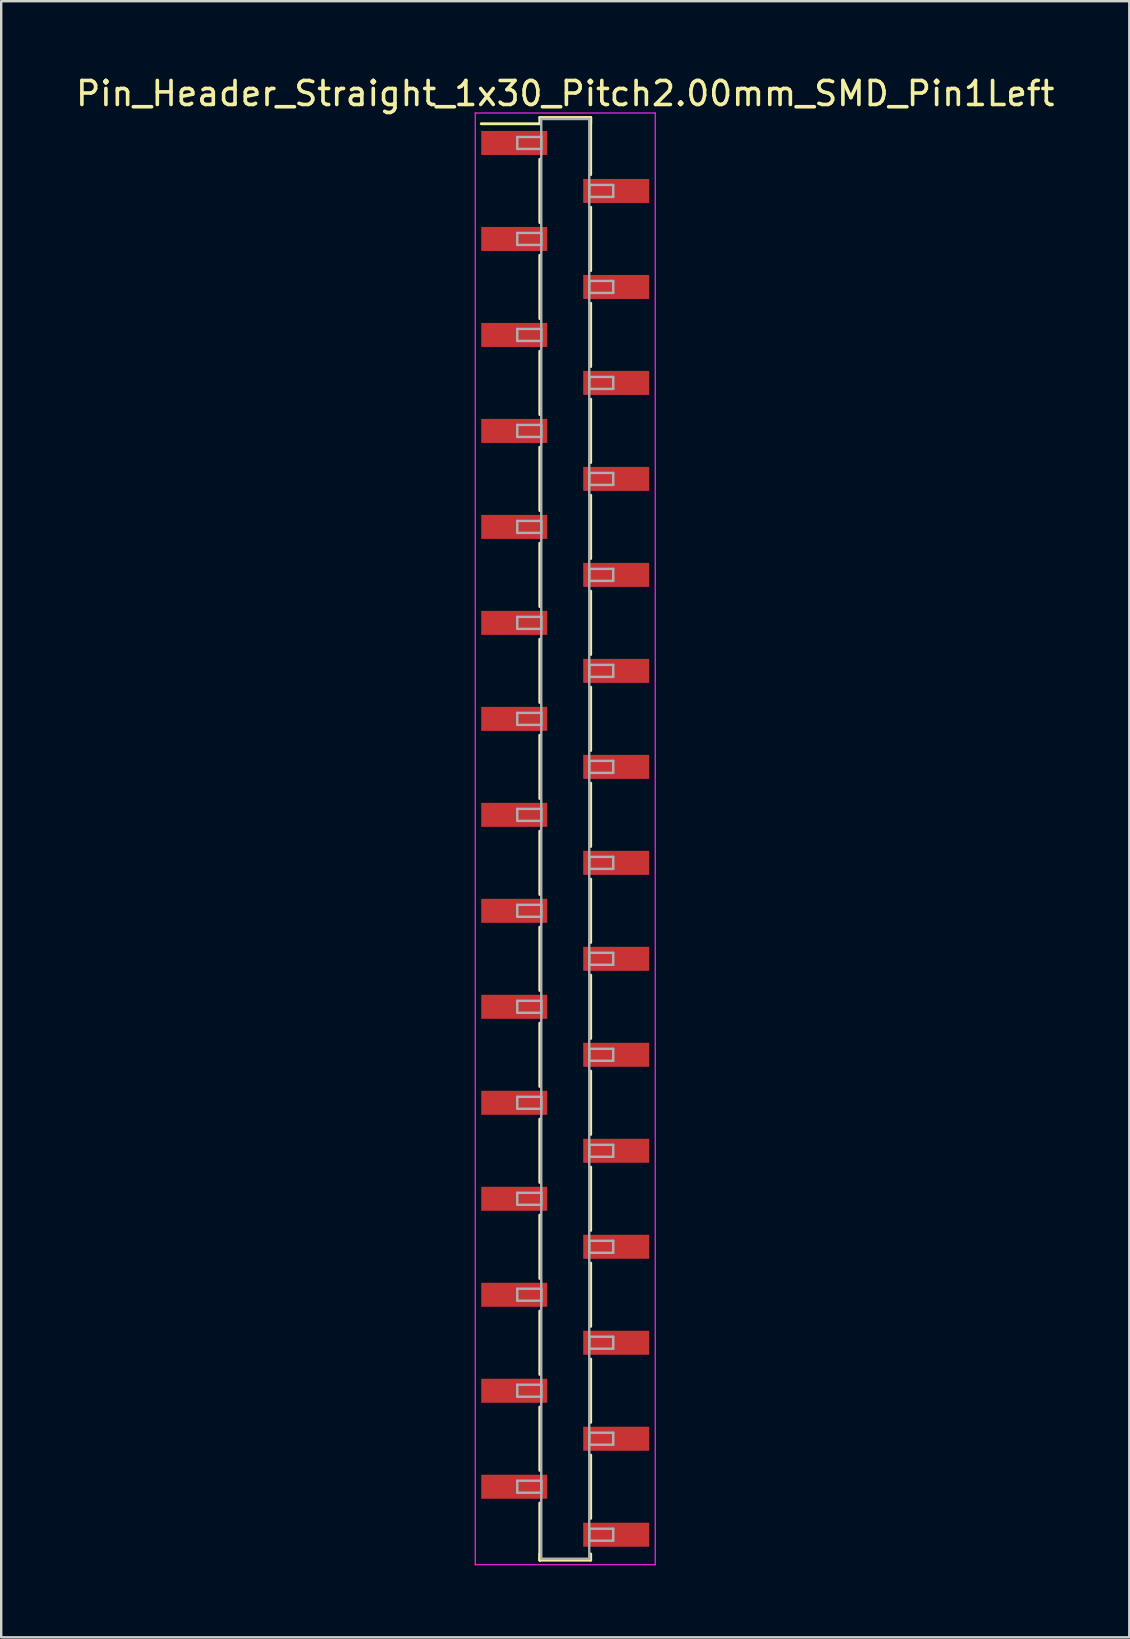
<source format=kicad_pcb>
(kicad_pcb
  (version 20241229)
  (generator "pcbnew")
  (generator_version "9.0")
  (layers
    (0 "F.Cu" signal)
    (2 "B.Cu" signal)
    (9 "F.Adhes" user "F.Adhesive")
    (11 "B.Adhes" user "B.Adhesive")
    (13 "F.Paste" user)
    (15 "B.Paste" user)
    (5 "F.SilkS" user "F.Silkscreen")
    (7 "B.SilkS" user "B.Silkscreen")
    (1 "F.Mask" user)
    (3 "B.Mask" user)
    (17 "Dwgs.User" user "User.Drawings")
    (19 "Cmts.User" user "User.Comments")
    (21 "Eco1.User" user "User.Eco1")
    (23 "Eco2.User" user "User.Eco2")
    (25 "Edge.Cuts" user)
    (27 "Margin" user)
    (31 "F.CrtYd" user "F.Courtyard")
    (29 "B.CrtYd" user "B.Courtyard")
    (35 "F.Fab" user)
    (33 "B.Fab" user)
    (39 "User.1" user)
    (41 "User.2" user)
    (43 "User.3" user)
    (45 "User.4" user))
  (footprint "Pin_Header_Straight_1x30_Pitch2.00mm_SMD_Pin1Left"
    (layer "F.Cu")
    (at 20.506 31.908)
    (property "Reference" "Pin_Header_Straight_1x30_Pitch2.00mm_SMD_Pin1Left" (at 0 -31.06 0) (layer "F.SilkS") (effects (font (size 1 1) (thickness 0.15))))
    (attr smd)
    (fp_line (start -1.06 -30.06) (end 1.06 -30.06) (stroke (width 0.12) (type solid)) (layer "F.SilkS"))
    (fp_line (start -1.06 -29.8) (end -3.5 -29.8) (stroke (width 0.12) (type solid)) (layer "F.SilkS"))
    (fp_line (start -1.06 -29.8) (end -1.06 -30.06) (stroke (width 0.12) (type solid)) (layer "F.SilkS"))
    (fp_line (start -1.06 -28.32) (end -1.06 -25.68) (stroke (width 0.12) (type solid)) (layer "F.SilkS"))
    (fp_line (start -1.06 -24.32) (end -1.06 -21.68) (stroke (width 0.12) (type solid)) (layer "F.SilkS"))
    (fp_line (start -1.06 -20.32) (end -1.06 -17.68) (stroke (width 0.12) (type solid)) (layer "F.SilkS"))
    (fp_line (start -1.06 -16.32) (end -1.06 -13.68) (stroke (width 0.12) (type solid)) (layer "F.SilkS"))
    (fp_line (start -1.06 -12.32) (end -1.06 -9.68) (stroke (width 0.12) (type solid)) (layer "F.SilkS"))
    (fp_line (start -1.06 -8.32) (end -1.06 -5.68) (stroke (width 0.12) (type solid)) (layer "F.SilkS"))
    (fp_line (start -1.06 -4.32) (end -1.06 -1.68) (stroke (width 0.12) (type solid)) (layer "F.SilkS"))
    (fp_line (start -1.06 -0.32) (end -1.06 2.32) (stroke (width 0.12) (type solid)) (layer "F.SilkS"))
    (fp_line (start -1.06 3.68) (end -1.06 6.32) (stroke (width 0.12) (type solid)) (layer "F.SilkS"))
    (fp_line (start -1.06 7.68) (end -1.06 10.32) (stroke (width 0.12) (type solid)) (layer "F.SilkS"))
    (fp_line (start -1.06 11.68) (end -1.06 14.32) (stroke (width 0.12) (type solid)) (layer "F.SilkS"))
    (fp_line (start -1.06 15.68) (end -1.06 18.32) (stroke (width 0.12) (type solid)) (layer "F.SilkS"))
    (fp_line (start -1.06 19.68) (end -1.06 22.32) (stroke (width 0.12) (type solid)) (layer "F.SilkS"))
    (fp_line (start -1.06 23.68) (end -1.06 26.32) (stroke (width 0.12) (type solid)) (layer "F.SilkS"))
    (fp_line (start -1.06 27.68) (end -1.06 30.06) (stroke (width 0.12) (type solid)) (layer "F.SilkS"))
    (fp_line (start -1.06 29.8) (end -1.06 30.06) (stroke (width 0.12) (type solid)) (layer "F.SilkS"))
    (fp_line (start -1.06 30.06) (end 1.06 30.06) (stroke (width 0.12) (type solid)) (layer "F.SilkS"))
    (fp_line (start 1.06 -30.06) (end 1.06 -29.8) (stroke (width 0.12) (type solid)) (layer "F.SilkS"))
    (fp_line (start 1.06 -30.06) (end 1.06 -27.68) (stroke (width 0.12) (type solid)) (layer "F.SilkS"))
    (fp_line (start 1.06 -26.32) (end 1.06 -23.68) (stroke (width 0.12) (type solid)) (layer "F.SilkS"))
    (fp_line (start 1.06 -22.32) (end 1.06 -19.68) (stroke (width 0.12) (type solid)) (layer "F.SilkS"))
    (fp_line (start 1.06 -18.32) (end 1.06 -15.68) (stroke (width 0.12) (type solid)) (layer "F.SilkS"))
    (fp_line (start 1.06 -14.32) (end 1.06 -11.68) (stroke (width 0.12) (type solid)) (layer "F.SilkS"))
    (fp_line (start 1.06 -10.32) (end 1.06 -7.68) (stroke (width 0.12) (type solid)) (layer "F.SilkS"))
    (fp_line (start 1.06 -6.32) (end 1.06 -3.68) (stroke (width 0.12) (type solid)) (layer "F.SilkS"))
    (fp_line (start 1.06 -2.32) (end 1.06 0.32) (stroke (width 0.12) (type solid)) (layer "F.SilkS"))
    (fp_line (start 1.06 1.68) (end 1.06 4.32) (stroke (width 0.12) (type solid)) (layer "F.SilkS"))
    (fp_line (start 1.06 5.68) (end 1.06 8.32) (stroke (width 0.12) (type solid)) (layer "F.SilkS"))
    (fp_line (start 1.06 9.68) (end 1.06 12.32) (stroke (width 0.12) (type solid)) (layer "F.SilkS"))
    (fp_line (start 1.06 13.68) (end 1.06 16.32) (stroke (width 0.12) (type solid)) (layer "F.SilkS"))
    (fp_line (start 1.06 17.68) (end 1.06 20.32) (stroke (width 0.12) (type solid)) (layer "F.SilkS"))
    (fp_line (start 1.06 21.68) (end 1.06 24.32) (stroke (width 0.12) (type solid)) (layer "F.SilkS"))
    (fp_line (start 1.06 25.68) (end 1.06 28.32) (stroke (width 0.12) (type solid)) (layer "F.SilkS"))
    (fp_line (start 1.06 30.06) (end 1.06 29.8) (stroke (width 0.12) (type solid)) (layer "F.SilkS"))
    (fp_line (start -3.75 -30.25) (end -3.75 30.25) (stroke (width 0.05) (type solid)) (layer "F.CrtYd"))
    (fp_line (start -3.75 30.25) (end 3.75 30.25) (stroke (width 0.05) (type solid)) (layer "F.CrtYd"))
    (fp_line (start 3.75 -30.25) (end -3.75 -30.25) (stroke (width 0.05) (type solid)) (layer "F.CrtYd"))
    (fp_line (start 3.75 30.25) (end 3.75 -30.25) (stroke (width 0.05) (type solid)) (layer "F.CrtYd"))
    (fp_line (start -2 -29.25) (end -1 -29.25) (stroke (width 0.1) (type solid)) (layer "F.Fab"))
    (fp_line (start -2 -28.75) (end -2 -29.25) (stroke (width 0.1) (type solid)) (layer "F.Fab"))
    (fp_line (start -2 -25.25) (end -1 -25.25) (stroke (width 0.1) (type solid)) (layer "F.Fab"))
    (fp_line (start -2 -24.75) (end -2 -25.25) (stroke (width 0.1) (type solid)) (layer "F.Fab"))
    (fp_line (start -2 -21.25) (end -1 -21.25) (stroke (width 0.1) (type solid)) (layer "F.Fab"))
    (fp_line (start -2 -20.75) (end -2 -21.25) (stroke (width 0.1) (type solid)) (layer "F.Fab"))
    (fp_line (start -2 -17.25) (end -1 -17.25) (stroke (width 0.1) (type solid)) (layer "F.Fab"))
    (fp_line (start -2 -16.75) (end -2 -17.25) (stroke (width 0.1) (type solid)) (layer "F.Fab"))
    (fp_line (start -2 -13.25) (end -1 -13.25) (stroke (width 0.1) (type solid)) (layer "F.Fab"))
    (fp_line (start -2 -12.75) (end -2 -13.25) (stroke (width 0.1) (type solid)) (layer "F.Fab"))
    (fp_line (start -2 -9.25) (end -1 -9.25) (stroke (width 0.1) (type solid)) (layer "F.Fab"))
    (fp_line (start -2 -8.75) (end -2 -9.25) (stroke (width 0.1) (type solid)) (layer "F.Fab"))
    (fp_line (start -2 -5.25) (end -1 -5.25) (stroke (width 0.1) (type solid)) (layer "F.Fab"))
    (fp_line (start -2 -4.75) (end -2 -5.25) (stroke (width 0.1) (type solid)) (layer "F.Fab"))
    (fp_line (start -2 -1.25) (end -1 -1.25) (stroke (width 0.1) (type solid)) (layer "F.Fab"))
    (fp_line (start -2 -0.75) (end -2 -1.25) (stroke (width 0.1) (type solid)) (layer "F.Fab"))
    (fp_line (start -2 2.75) (end -1 2.75) (stroke (width 0.1) (type solid)) (layer "F.Fab"))
    (fp_line (start -2 3.25) (end -2 2.75) (stroke (width 0.1) (type solid)) (layer "F.Fab"))
    (fp_line (start -2 6.75) (end -1 6.75) (stroke (width 0.1) (type solid)) (layer "F.Fab"))
    (fp_line (start -2 7.25) (end -2 6.75) (stroke (width 0.1) (type solid)) (layer "F.Fab"))
    (fp_line (start -2 10.75) (end -1 10.75) (stroke (width 0.1) (type solid)) (layer "F.Fab"))
    (fp_line (start -2 11.25) (end -2 10.75) (stroke (width 0.1) (type solid)) (layer "F.Fab"))
    (fp_line (start -2 14.75) (end -1 14.75) (stroke (width 0.1) (type solid)) (layer "F.Fab"))
    (fp_line (start -2 15.25) (end -2 14.75) (stroke (width 0.1) (type solid)) (layer "F.Fab"))
    (fp_line (start -2 18.75) (end -1 18.75) (stroke (width 0.1) (type solid)) (layer "F.Fab"))
    (fp_line (start -2 19.25) (end -2 18.75) (stroke (width 0.1) (type solid)) (layer "F.Fab"))
    (fp_line (start -2 22.75) (end -1 22.75) (stroke (width 0.1) (type solid)) (layer "F.Fab"))
    (fp_line (start -2 23.25) (end -2 22.75) (stroke (width 0.1) (type solid)) (layer "F.Fab"))
    (fp_line (start -2 26.75) (end -1 26.75) (stroke (width 0.1) (type solid)) (layer "F.Fab"))
    (fp_line (start -2 27.25) (end -2 26.75) (stroke (width 0.1) (type solid)) (layer "F.Fab"))
    (fp_line (start -1 -30) (end -1 30) (stroke (width 0.1) (type solid)) (layer "F.Fab"))
    (fp_line (start -1 -29.25) (end -1 -28.75) (stroke (width 0.1) (type solid)) (layer "F.Fab"))
    (fp_line (start -1 -28.75) (end -2 -28.75) (stroke (width 0.1) (type solid)) (layer "F.Fab"))
    (fp_line (start -1 -25.25) (end -1 -24.75) (stroke (width 0.1) (type solid)) (layer "F.Fab"))
    (fp_line (start -1 -24.75) (end -2 -24.75) (stroke (width 0.1) (type solid)) (layer "F.Fab"))
    (fp_line (start -1 -21.25) (end -1 -20.75) (stroke (width 0.1) (type solid)) (layer "F.Fab"))
    (fp_line (start -1 -20.75) (end -2 -20.75) (stroke (width 0.1) (type solid)) (layer "F.Fab"))
    (fp_line (start -1 -17.25) (end -1 -16.75) (stroke (width 0.1) (type solid)) (layer "F.Fab"))
    (fp_line (start -1 -16.75) (end -2 -16.75) (stroke (width 0.1) (type solid)) (layer "F.Fab"))
    (fp_line (start -1 -13.25) (end -1 -12.75) (stroke (width 0.1) (type solid)) (layer "F.Fab"))
    (fp_line (start -1 -12.75) (end -2 -12.75) (stroke (width 0.1) (type solid)) (layer "F.Fab"))
    (fp_line (start -1 -9.25) (end -1 -8.75) (stroke (width 0.1) (type solid)) (layer "F.Fab"))
    (fp_line (start -1 -8.75) (end -2 -8.75) (stroke (width 0.1) (type solid)) (layer "F.Fab"))
    (fp_line (start -1 -5.25) (end -1 -4.75) (stroke (width 0.1) (type solid)) (layer "F.Fab"))
    (fp_line (start -1 -4.75) (end -2 -4.75) (stroke (width 0.1) (type solid)) (layer "F.Fab"))
    (fp_line (start -1 -1.25) (end -1 -0.75) (stroke (width 0.1) (type solid)) (layer "F.Fab"))
    (fp_line (start -1 -0.75) (end -2 -0.75) (stroke (width 0.1) (type solid)) (layer "F.Fab"))
    (fp_line (start -1 2.75) (end -1 3.25) (stroke (width 0.1) (type solid)) (layer "F.Fab"))
    (fp_line (start -1 3.25) (end -2 3.25) (stroke (width 0.1) (type solid)) (layer "F.Fab"))
    (fp_line (start -1 6.75) (end -1 7.25) (stroke (width 0.1) (type solid)) (layer "F.Fab"))
    (fp_line (start -1 7.25) (end -2 7.25) (stroke (width 0.1) (type solid)) (layer "F.Fab"))
    (fp_line (start -1 10.75) (end -1 11.25) (stroke (width 0.1) (type solid)) (layer "F.Fab"))
    (fp_line (start -1 11.25) (end -2 11.25) (stroke (width 0.1) (type solid)) (layer "F.Fab"))
    (fp_line (start -1 14.75) (end -1 15.25) (stroke (width 0.1) (type solid)) (layer "F.Fab"))
    (fp_line (start -1 15.25) (end -2 15.25) (stroke (width 0.1) (type solid)) (layer "F.Fab"))
    (fp_line (start -1 18.75) (end -1 19.25) (stroke (width 0.1) (type solid)) (layer "F.Fab"))
    (fp_line (start -1 19.25) (end -2 19.25) (stroke (width 0.1) (type solid)) (layer "F.Fab"))
    (fp_line (start -1 22.75) (end -1 23.25) (stroke (width 0.1) (type solid)) (layer "F.Fab"))
    (fp_line (start -1 23.25) (end -2 23.25) (stroke (width 0.1) (type solid)) (layer "F.Fab"))
    (fp_line (start -1 26.75) (end -1 27.25) (stroke (width 0.1) (type solid)) (layer "F.Fab"))
    (fp_line (start -1 27.25) (end -2 27.25) (stroke (width 0.1) (type solid)) (layer "F.Fab"))
    (fp_line (start -1 30) (end 1 30) (stroke (width 0.1) (type solid)) (layer "F.Fab"))
    (fp_line (start 1 -30) (end -1 -30) (stroke (width 0.1) (type solid)) (layer "F.Fab"))
    (fp_line (start 1 -27.25) (end 1 -26.75) (stroke (width 0.1) (type solid)) (layer "F.Fab"))
    (fp_line (start 1 -26.75) (end 2 -26.75) (stroke (width 0.1) (type solid)) (layer "F.Fab"))
    (fp_line (start 1 -23.25) (end 1 -22.75) (stroke (width 0.1) (type solid)) (layer "F.Fab"))
    (fp_line (start 1 -22.75) (end 2 -22.75) (stroke (width 0.1) (type solid)) (layer "F.Fab"))
    (fp_line (start 1 -19.25) (end 1 -18.75) (stroke (width 0.1) (type solid)) (layer "F.Fab"))
    (fp_line (start 1 -18.75) (end 2 -18.75) (stroke (width 0.1) (type solid)) (layer "F.Fab"))
    (fp_line (start 1 -15.25) (end 1 -14.75) (stroke (width 0.1) (type solid)) (layer "F.Fab"))
    (fp_line (start 1 -14.75) (end 2 -14.75) (stroke (width 0.1) (type solid)) (layer "F.Fab"))
    (fp_line (start 1 -11.25) (end 1 -10.75) (stroke (width 0.1) (type solid)) (layer "F.Fab"))
    (fp_line (start 1 -10.75) (end 2 -10.75) (stroke (width 0.1) (type solid)) (layer "F.Fab"))
    (fp_line (start 1 -7.25) (end 1 -6.75) (stroke (width 0.1) (type solid)) (layer "F.Fab"))
    (fp_line (start 1 -6.75) (end 2 -6.75) (stroke (width 0.1) (type solid)) (layer "F.Fab"))
    (fp_line (start 1 -3.25) (end 1 -2.75) (stroke (width 0.1) (type solid)) (layer "F.Fab"))
    (fp_line (start 1 -2.75) (end 2 -2.75) (stroke (width 0.1) (type solid)) (layer "F.Fab"))
    (fp_line (start 1 0.75) (end 1 1.25) (stroke (width 0.1) (type solid)) (layer "F.Fab"))
    (fp_line (start 1 1.25) (end 2 1.25) (stroke (width 0.1) (type solid)) (layer "F.Fab"))
    (fp_line (start 1 4.75) (end 1 5.25) (stroke (width 0.1) (type solid)) (layer "F.Fab"))
    (fp_line (start 1 5.25) (end 2 5.25) (stroke (width 0.1) (type solid)) (layer "F.Fab"))
    (fp_line (start 1 8.75) (end 1 9.25) (stroke (width 0.1) (type solid)) (layer "F.Fab"))
    (fp_line (start 1 9.25) (end 2 9.25) (stroke (width 0.1) (type solid)) (layer "F.Fab"))
    (fp_line (start 1 12.75) (end 1 13.25) (stroke (width 0.1) (type solid)) (layer "F.Fab"))
    (fp_line (start 1 13.25) (end 2 13.25) (stroke (width 0.1) (type solid)) (layer "F.Fab"))
    (fp_line (start 1 16.75) (end 1 17.25) (stroke (width 0.1) (type solid)) (layer "F.Fab"))
    (fp_line (start 1 17.25) (end 2 17.25) (stroke (width 0.1) (type solid)) (layer "F.Fab"))
    (fp_line (start 1 20.75) (end 1 21.25) (stroke (width 0.1) (type solid)) (layer "F.Fab"))
    (fp_line (start 1 21.25) (end 2 21.25) (stroke (width 0.1) (type solid)) (layer "F.Fab"))
    (fp_line (start 1 24.75) (end 1 25.25) (stroke (width 0.1) (type solid)) (layer "F.Fab"))
    (fp_line (start 1 25.25) (end 2 25.25) (stroke (width 0.1) (type solid)) (layer "F.Fab"))
    (fp_line (start 1 28.75) (end 1 29.25) (stroke (width 0.1) (type solid)) (layer "F.Fab"))
    (fp_line (start 1 29.25) (end 2 29.25) (stroke (width 0.1) (type solid)) (layer "F.Fab"))
    (fp_line (start 1 30) (end 1 -30) (stroke (width 0.1) (type solid)) (layer "F.Fab"))
    (fp_line (start 2 -27.25) (end 1 -27.25) (stroke (width 0.1) (type solid)) (layer "F.Fab"))
    (fp_line (start 2 -26.75) (end 2 -27.25) (stroke (width 0.1) (type solid)) (layer "F.Fab"))
    (fp_line (start 2 -23.25) (end 1 -23.25) (stroke (width 0.1) (type solid)) (layer "F.Fab"))
    (fp_line (start 2 -22.75) (end 2 -23.25) (stroke (width 0.1) (type solid)) (layer "F.Fab"))
    (fp_line (start 2 -19.25) (end 1 -19.25) (stroke (width 0.1) (type solid)) (layer "F.Fab"))
    (fp_line (start 2 -18.75) (end 2 -19.25) (stroke (width 0.1) (type solid)) (layer "F.Fab"))
    (fp_line (start 2 -15.25) (end 1 -15.25) (stroke (width 0.1) (type solid)) (layer "F.Fab"))
    (fp_line (start 2 -14.75) (end 2 -15.25) (stroke (width 0.1) (type solid)) (layer "F.Fab"))
    (fp_line (start 2 -11.25) (end 1 -11.25) (stroke (width 0.1) (type solid)) (layer "F.Fab"))
    (fp_line (start 2 -10.75) (end 2 -11.25) (stroke (width 0.1) (type solid)) (layer "F.Fab"))
    (fp_line (start 2 -7.25) (end 1 -7.25) (stroke (width 0.1) (type solid)) (layer "F.Fab"))
    (fp_line (start 2 -6.75) (end 2 -7.25) (stroke (width 0.1) (type solid)) (layer "F.Fab"))
    (fp_line (start 2 -3.25) (end 1 -3.25) (stroke (width 0.1) (type solid)) (layer "F.Fab"))
    (fp_line (start 2 -2.75) (end 2 -3.25) (stroke (width 0.1) (type solid)) (layer "F.Fab"))
    (fp_line (start 2 0.75) (end 1 0.75) (stroke (width 0.1) (type solid)) (layer "F.Fab"))
    (fp_line (start 2 1.25) (end 2 0.75) (stroke (width 0.1) (type solid)) (layer "F.Fab"))
    (fp_line (start 2 4.75) (end 1 4.75) (stroke (width 0.1) (type solid)) (layer "F.Fab"))
    (fp_line (start 2 5.25) (end 2 4.75) (stroke (width 0.1) (type solid)) (layer "F.Fab"))
    (fp_line (start 2 8.75) (end 1 8.75) (stroke (width 0.1) (type solid)) (layer "F.Fab"))
    (fp_line (start 2 9.25) (end 2 8.75) (stroke (width 0.1) (type solid)) (layer "F.Fab"))
    (fp_line (start 2 12.75) (end 1 12.75) (stroke (width 0.1) (type solid)) (layer "F.Fab"))
    (fp_line (start 2 13.25) (end 2 12.75) (stroke (width 0.1) (type solid)) (layer "F.Fab"))
    (fp_line (start 2 16.75) (end 1 16.75) (stroke (width 0.1) (type solid)) (layer "F.Fab"))
    (fp_line (start 2 17.25) (end 2 16.75) (stroke (width 0.1) (type solid)) (layer "F.Fab"))
    (fp_line (start 2 20.75) (end 1 20.75) (stroke (width 0.1) (type solid)) (layer "F.Fab"))
    (fp_line (start 2 21.25) (end 2 20.75) (stroke (width 0.1) (type solid)) (layer "F.Fab"))
    (fp_line (start 2 24.75) (end 1 24.75) (stroke (width 0.1) (type solid)) (layer "F.Fab"))
    (fp_line (start 2 25.25) (end 2 24.75) (stroke (width 0.1) (type solid)) (layer "F.Fab"))
    (fp_line (start 2 28.75) (end 1 28.75) (stroke (width 0.1) (type solid)) (layer "F.Fab"))
    (fp_line (start 2 29.25) (end 2 28.75) (stroke (width 0.1) (type solid)) (layer "F.Fab"))
    (pad "1" smd rect (at -2.125 -29) (size 2.75 1) (layers "F.Cu" "F.Mask"))
    (pad "2" smd rect (at 2.125 -27) (size 2.75 1) (layers "F.Cu" "F.Mask"))
    (pad "3" smd rect (at -2.125 -25) (size 2.75 1) (layers "F.Cu" "F.Mask"))
    (pad "4" smd rect (at 2.125 -23) (size 2.75 1) (layers "F.Cu" "F.Mask"))
    (pad "5" smd rect (at -2.125 -21) (size 2.75 1) (layers "F.Cu" "F.Mask"))
    (pad "6" smd rect (at 2.125 -19) (size 2.75 1) (layers "F.Cu" "F.Mask"))
    (pad "7" smd rect (at -2.125 -17) (size 2.75 1) (layers "F.Cu" "F.Mask"))
    (pad "8" smd rect (at 2.125 -15) (size 2.75 1) (layers "F.Cu" "F.Mask"))
    (pad "9" smd rect (at -2.125 -13) (size 2.75 1) (layers "F.Cu" "F.Mask"))
    (pad "10" smd rect (at 2.125 -11) (size 2.75 1) (layers "F.Cu" "F.Mask"))
    (pad "11" smd rect (at -2.125 -9) (size 2.75 1) (layers "F.Cu" "F.Mask"))
    (pad "12" smd rect (at 2.125 -7) (size 2.75 1) (layers "F.Cu" "F.Mask"))
    (pad "13" smd rect (at -2.125 -5) (size 2.75 1) (layers "F.Cu" "F.Mask"))
    (pad "14" smd rect (at 2.125 -3) (size 2.75 1) (layers "F.Cu" "F.Mask"))
    (pad "15" smd rect (at -2.125 -1) (size 2.75 1) (layers "F.Cu" "F.Mask"))
    (pad "16" smd rect (at 2.125 1) (size 2.75 1) (layers "F.Cu" "F.Mask"))
    (pad "17" smd rect (at -2.125 3) (size 2.75 1) (layers "F.Cu" "F.Mask"))
    (pad "18" smd rect (at 2.125 5) (size 2.75 1) (layers "F.Cu" "F.Mask"))
    (pad "19" smd rect (at -2.125 7) (size 2.75 1) (layers "F.Cu" "F.Mask"))
    (pad "20" smd rect (at 2.125 9) (size 2.75 1) (layers "F.Cu" "F.Mask"))
    (pad "21" smd rect (at -2.125 11) (size 2.75 1) (layers "F.Cu" "F.Mask"))
    (pad "22" smd rect (at 2.125 13) (size 2.75 1) (layers "F.Cu" "F.Mask"))
    (pad "23" smd rect (at -2.125 15) (size 2.75 1) (layers "F.Cu" "F.Mask"))
    (pad "24" smd rect (at 2.125 17) (size 2.75 1) (layers "F.Cu" "F.Mask"))
    (pad "25" smd rect (at -2.125 19) (size 2.75 1) (layers "F.Cu" "F.Mask"))
    (pad "26" smd rect (at 2.125 21) (size 2.75 1) (layers "F.Cu" "F.Mask"))
    (pad "27" smd rect (at -2.125 23) (size 2.75 1) (layers "F.Cu" "F.Mask"))
    (pad "28" smd rect (at 2.125 25) (size 2.75 1) (layers "F.Cu" "F.Mask"))
    (pad "29" smd rect (at -2.125 27) (size 2.75 1) (layers "F.Cu" "F.Mask"))
    (pad "30" smd rect (at 2.125 29) (size 2.75 1) (layers "F.Cu" "F.Mask")))
  (gr_rect
    (start -3 -3)
    (end 44.012 65.183)
    (stroke (width 0.1) (type default))
    (fill no)
    (layer "Edge.Cuts")))
</source>
